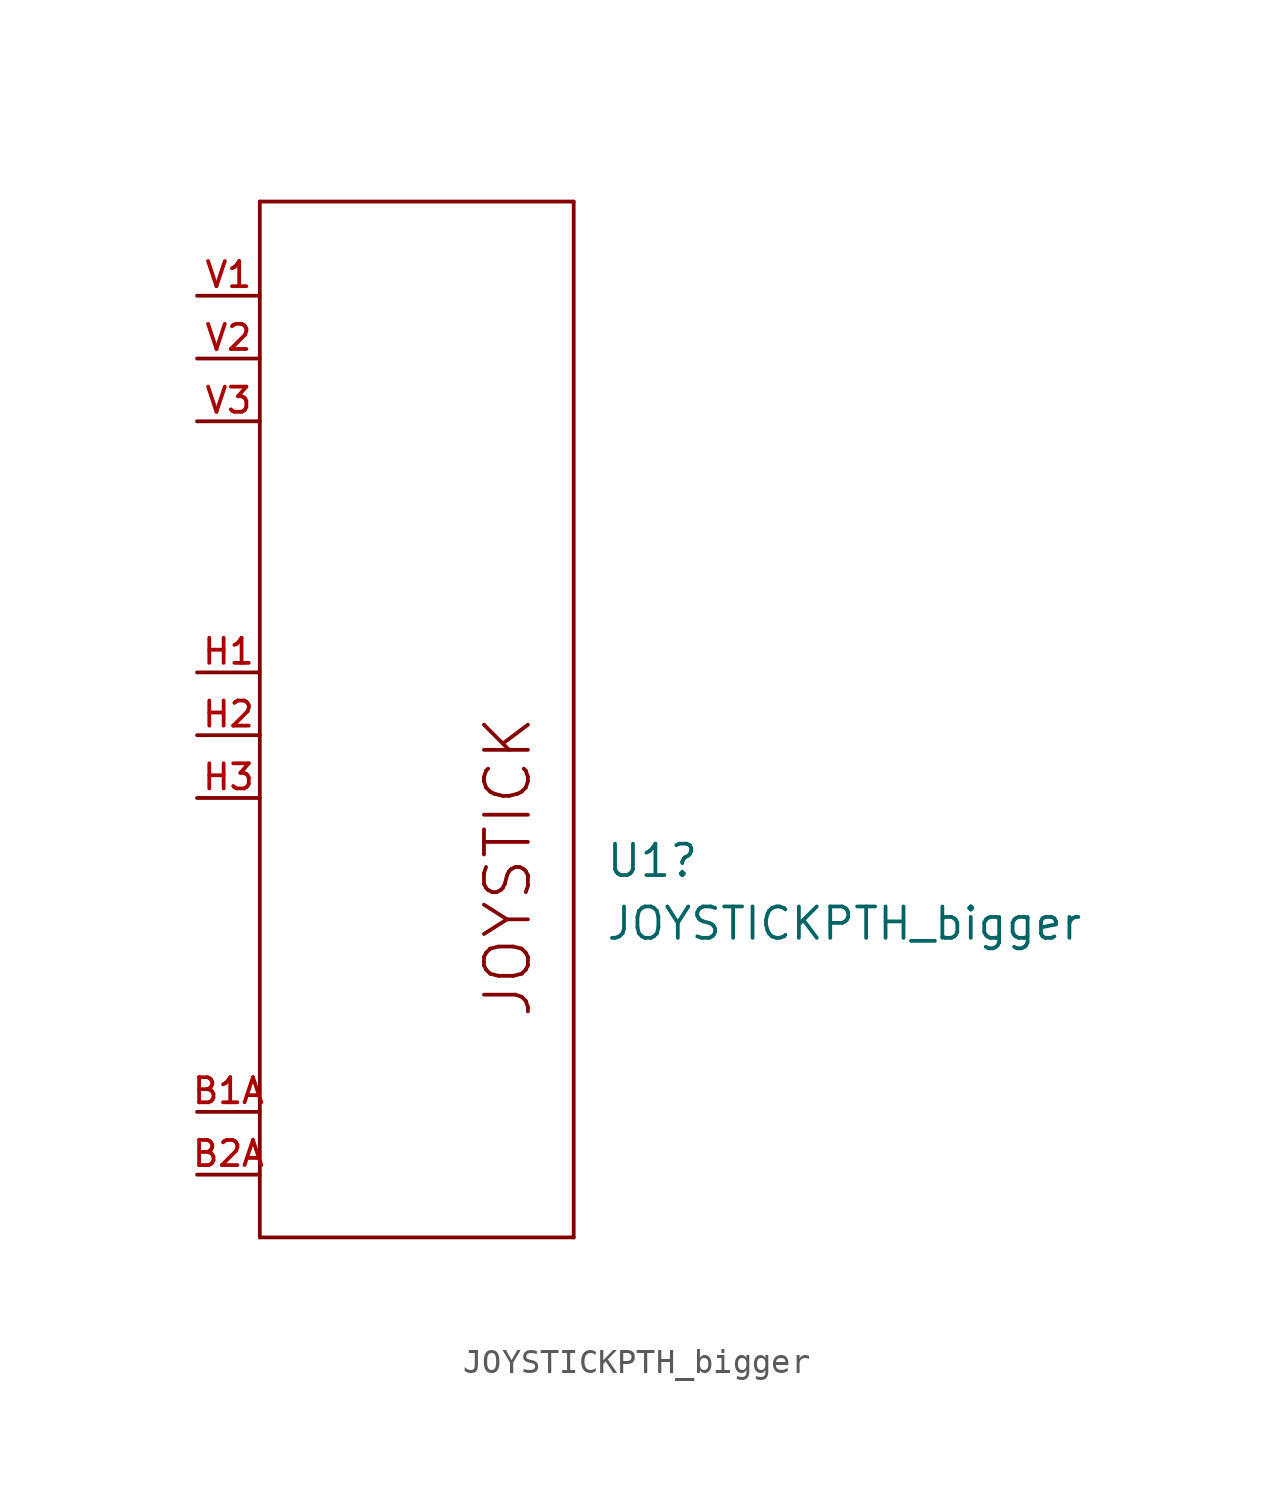
<source format=kicad_sym>
(kicad_symbol_lib
  (version 20220914)
  (generator kicad_symbol_editor)
  (symbol "JOYSTICKPTH_bigger"
    (pin_names
      (offset 1.016) hide)
    (property "Reference" "U1"
      (at 6.35 0 0)
      (effects (font (size 1.27 1.27)) (justify left)))
    (property "Value" "JOYSTICKPTH_bigger"
      (at 6.35 -2.54 0)
      (effects (font (size 1.27 1.27)) (justify left)))
    (property "ki_locked" ""
      (at 0 0 0)
      (effects (font (size 1.27 1.27))))
    (symbol "JOYSTICKPTH_bigger_1_0"
      (polyline (pts (xy -7.62 -15.24) (xy -7.62 26.67)) (stroke (width 0) (type solid)) (fill (type none)))
      (polyline (pts (xy -7.62 26.67) (xy 5.08 26.67)) (stroke (width 0) (type solid)) (fill (type none)))
      (polyline (pts (xy 5.08 -15.24) (xy -7.62 -15.24)) (stroke (width 0) (type solid)) (fill (type none)))
      (polyline (pts (xy 5.08 26.67) (xy 5.08 -15.24)) (stroke (width 0) (type solid)) (fill (type none)))
      (text "JOYSTICK" (at 2.413 -0.254 900) (effects (font (size 1.778 1.778)))))
    (symbol "JOYSTICKPTH_bigger_1_1"
      (pin bidirectional line (at -10.16 -10.16 0) (length 2.54) (name "SEL+" (effects (font (size 1.016 1.016)))) (number "B1A" (effects (font (size 1.016 1.016)))))
      (pin bidirectional line (at -10.16 -12.7 0) (length 2.54) (name "SEL-" (effects (font (size 1.016 1.016)))) (number "B2A" (effects (font (size 1.016 1.016)))))
      (pin bidirectional line (at -10.16 7.62 0) (length 2.54) (name "H+" (effects (font (size 1.016 1.016)))) (number "H1" (effects (font (size 1.016 1.016)))))
      (pin bidirectional line (at -10.16 5.08 0) (length 2.54) (name "H" (effects (font (size 1.016 1.016)))) (number "H2" (effects (font (size 1.016 1.016)))))
      (pin bidirectional line (at -10.16 2.54 0) (length 2.54) (name "H-" (effects (font (size 1.016 1.016)))) (number "H3" (effects (font (size 1.016 1.016)))))
      (pin bidirectional line (at -10.16 22.86 0) (length 2.54) (name "V+" (effects (font (size 1.016 1.016)))) (number "V1" (effects (font (size 1.016 1.016)))))
      (pin bidirectional line (at -10.16 20.32 0) (length 2.54) (name "V" (effects (font (size 1.016 1.016)))) (number "V2" (effects (font (size 1.016 1.016)))))
      (pin bidirectional line (at -10.16 17.78 0) (length 2.54) (name "V-" (effects (font (size 1.016 1.016)))) (number "V3" (effects (font (size 1.016 1.016))))))))
</source>
